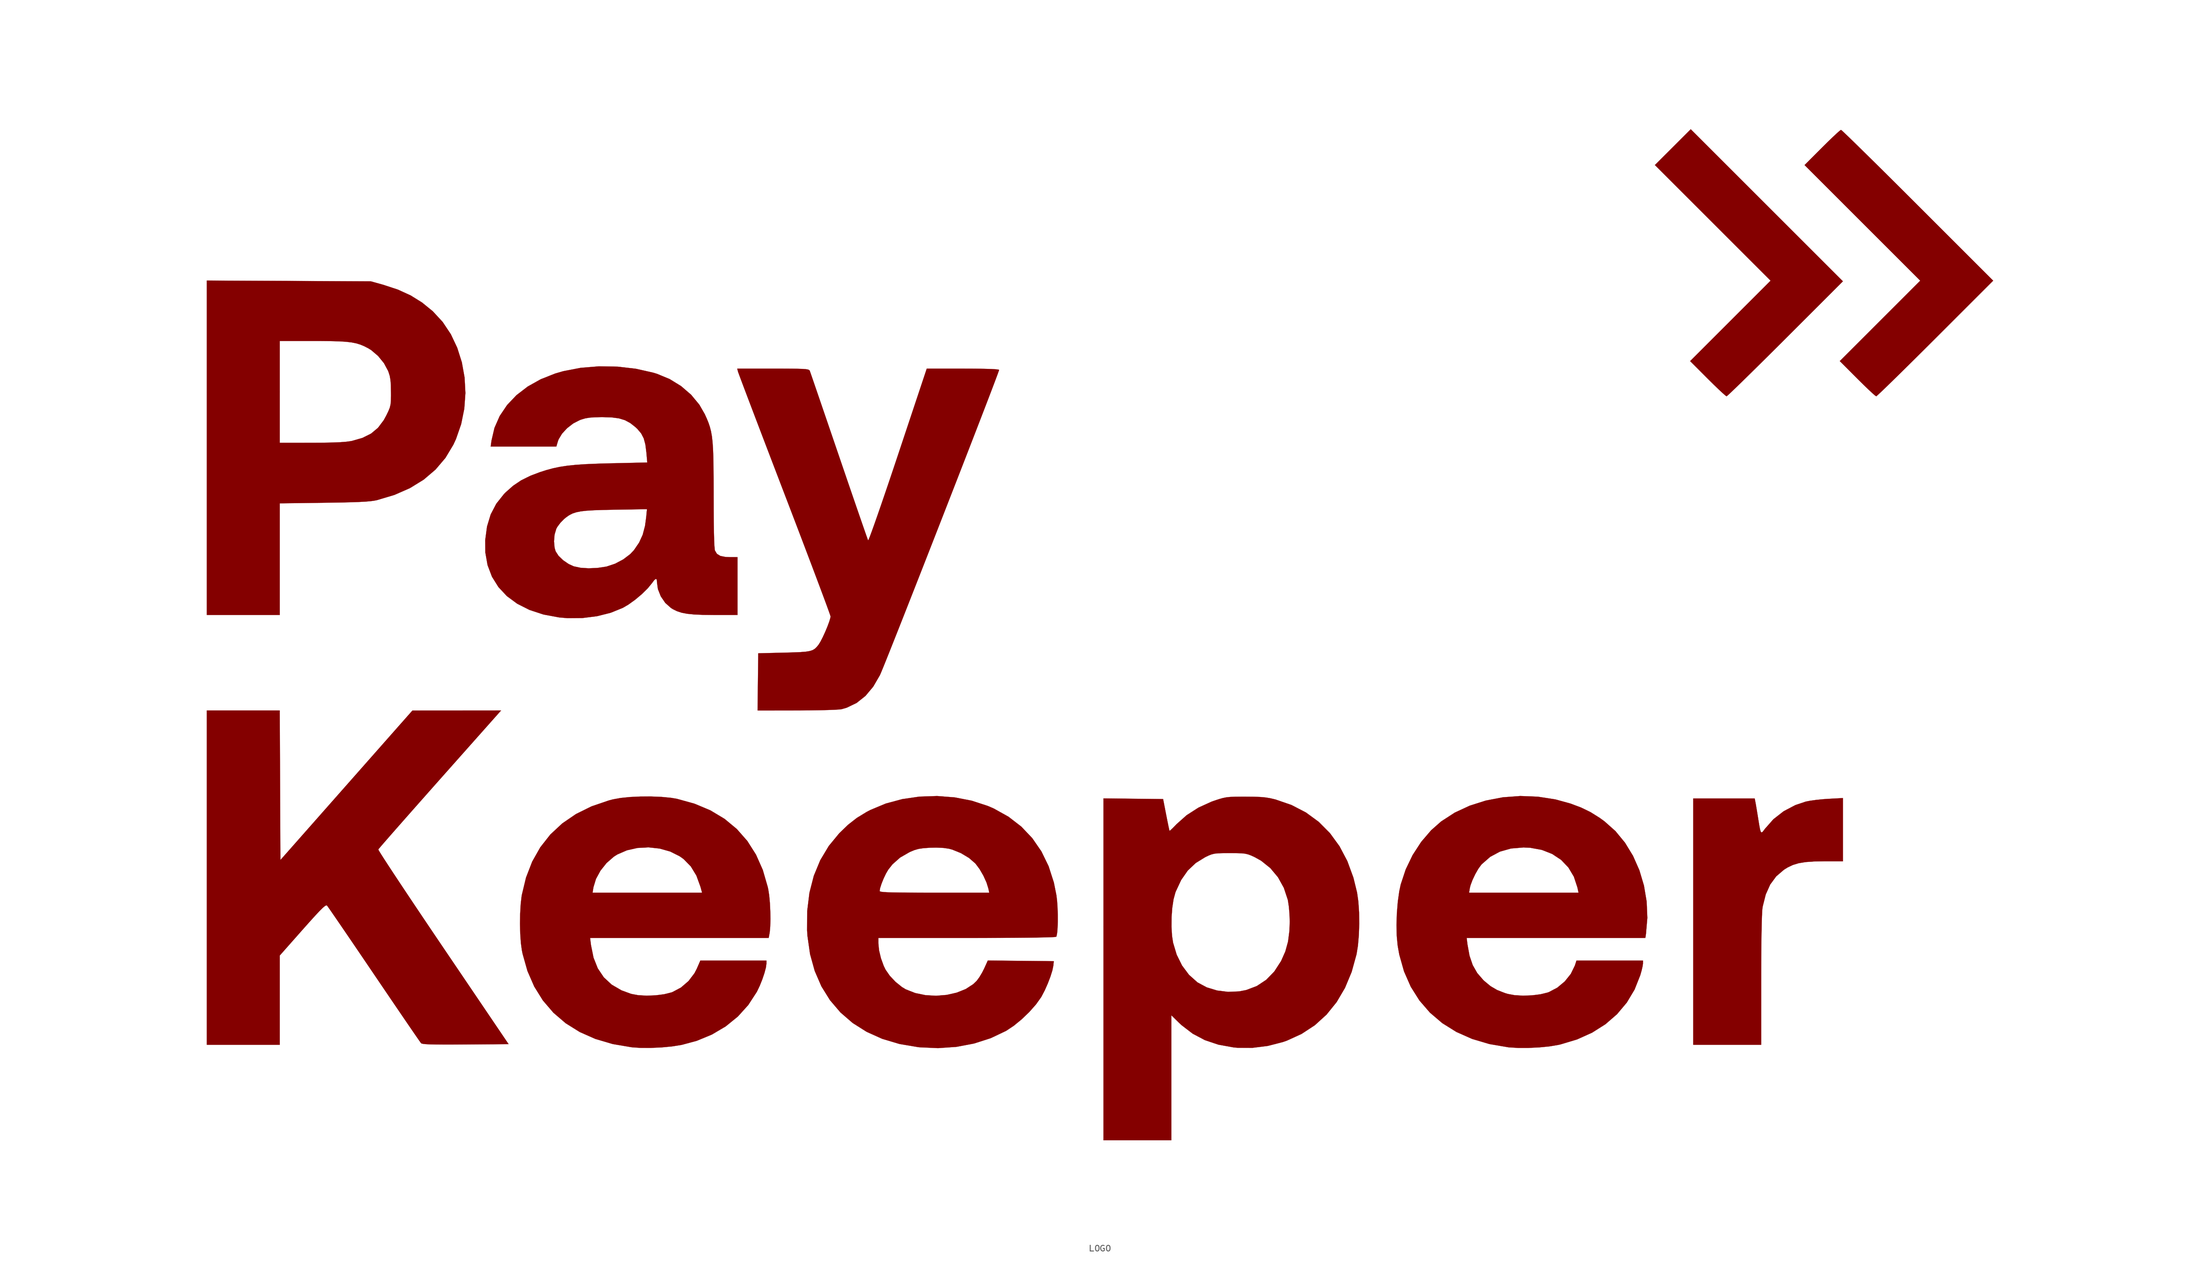
<source format=kicad_sym>
(kicad_symbol_lib
  (version 20220914)
  (generator "bitmap2component")
  (generator_version "8.0")
  (symbol "LOGO"
    (pin_names
      (offset 1.016))
    (property "Reference" "#G"
      (at 0 195.052 0)
      (effects (font (size 1.27 1.27)) hide))
    (symbol "LOGO_0_0"
      (polyline (pts (xy 20.928 -59.078) (xy 20.928 -50.185) (xy 21.957 -51.191) (xy 22.379 -51.588) (xy 23.953 -52.795) (xy 25.684 -53.714) (xy 27.607 -54.36) (xy 29.761 -54.751) (xy 30.314 -54.804) (xy 32.457 -54.815) (xy 34.654 -54.539) (xy 36.798 -53.986) (xy 37.34 -53.797) (xy 39.447 -52.836) (xy 41.336 -51.596) (xy 43.001 -50.085) (xy 44.433 -48.311) (xy 45.626 -46.282) (xy 46.573 -44.009) (xy 47.266 -41.499) (xy 47.464 -40.274) (xy 47.594 -38.77) (xy 47.649 -37.146) (xy 47.626 -35.519) (xy 47.525 -34.005) (xy 47.344 -32.721) (xy 46.822 -30.59) (xy 45.958 -28.233) (xy 44.843 -26.119) (xy 43.485 -24.256) (xy 41.891 -22.652) (xy 40.067 -21.315) (xy 38.02 -20.253) (xy 35.758 -19.473) (xy 35.632 -19.44) (xy 34.963 -19.283) (xy 34.305 -19.176) (xy 33.568 -19.11) (xy 32.657 -19.077) (xy 31.482 -19.067) (xy 30.907 -19.067) (xy 29.982 -19.076) (xy 29.282 -19.105) (xy 28.719 -19.166) (xy 28.205 -19.272) (xy 27.651 -19.432) (xy 26.969 -19.66) (xy 26.647 -19.775) (xy 24.782 -20.622) (xy 23.097 -21.705) (xy 21.667 -22.977) (xy 21.549 -23.101) (xy 21.114 -23.543) (xy 20.8 -23.841) (xy 20.667 -23.934) (xy 20.664 -23.928) (xy 20.607 -23.7) (xy 20.5 -23.198) (xy 20.356 -22.49) (xy 20.189 -21.644) (xy 19.754 -19.408) (xy 15.511 -19.36) (xy 11.269 -19.312) (xy 11.269 -37.564) (xy 20.942 -37.564) (xy 20.956 -36.201) (xy 21.058 -34.866) (xy 21.24 -33.668) (xy 21.5 -32.712) (xy 21.556 -32.565) (xy 22.323 -30.925) (xy 23.261 -29.582) (xy 24.394 -28.508) (xy 25.745 -27.674) (xy 25.755 -27.669) (xy 26.247 -27.435) (xy 26.657 -27.276) (xy 27.075 -27.177) (xy 27.586 -27.124) (xy 28.279 -27.103) (xy 29.242 -27.099) (xy 30.187 -27.103) (xy 30.89 -27.124) (xy 31.411 -27.177) (xy 31.84 -27.277) (xy 32.267 -27.437) (xy 32.78 -27.672) (xy 33.7 -28.186) (xy 35.003 -29.233) (xy 36.088 -30.531) (xy 36.925 -32.041) (xy 37.482 -33.723) (xy 37.513 -33.867) (xy 37.643 -34.735) (xy 37.731 -35.778) (xy 37.764 -36.848) (xy 37.724 -38.121) (xy 37.524 -39.69) (xy 37.137 -41.097) (xy 36.542 -42.441) (xy 36.526 -42.471) (xy 35.567 -43.949) (xy 34.417 -45.134) (xy 33.084 -46.016) (xy 31.578 -46.587) (xy 30.579 -46.781) (xy 28.996 -46.849) (xy 27.427 -46.654) (xy 25.962 -46.208) (xy 24.688 -45.525) (xy 24.608 -45.469) (xy 23.433 -44.418) (xy 22.448 -43.098) (xy 21.684 -41.556) (xy 21.17 -39.842) (xy 21.019 -38.849) (xy 20.942 -37.564) (xy 11.269 -37.564) (xy 11.269 -43.642) (xy 11.269 -67.972) (xy 16.099 -67.972) (xy 20.928 -67.972) (xy 20.928 -59.078)) (stroke (width 0.01) (type default)) (fill (type outline)))
      (polyline (pts (xy -51.592 -54.754) (xy -50.068 -54.608) (xy -48.739 -54.396) (xy -46.599 -53.822) (xy -44.429 -52.925) (xy -42.467 -51.766) (xy -40.734 -50.359) (xy -39.253 -48.72) (xy -38.046 -46.865) (xy -38.011 -46.8) (xy -37.62 -45.982) (xy -37.256 -45.073) (xy -36.953 -44.175) (xy -36.746 -43.391) (xy -36.669 -42.821) (xy -36.669 -42.393) (xy -41.369 -42.393) (xy -46.07 -42.393) (xy -46.576 -43.555) (xy -46.907 -44.196) (xy -47.757 -45.312) (xy -48.828 -46.231) (xy -50.04 -46.877) (xy -50.19 -46.93) (xy -51.221 -47.187) (xy -52.439 -47.342) (xy -53.713 -47.389) (xy -54.912 -47.324) (xy -55.906 -47.138) (xy -57.285 -46.632) (xy -58.675 -45.824) (xy -59.797 -44.785) (xy -60.657 -43.507) (xy -61.264 -41.98) (xy -61.625 -40.195) (xy -61.752 -39.173) (xy -49.052 -39.173) (xy -36.351 -39.173) (xy -36.227 -38.512) (xy -36.198 -38.335) (xy -36.128 -37.517) (xy -36.103 -36.481) (xy -36.122 -35.334) (xy -36.18 -34.181) (xy -36.275 -33.13) (xy -36.404 -32.287) (xy -36.482 -31.923) (xy -37.184 -29.5) (xy -38.153 -27.316) (xy -39.385 -25.373) (xy -40.878 -23.674) (xy -42.628 -22.221) (xy -44.634 -21.018) (xy -46.893 -20.067) (xy -49.401 -19.371) (xy -50.239 -19.229) (xy -51.571 -19.1) (xy -53.058 -19.039) (xy -54.599 -19.045) (xy -56.092 -19.117) (xy -57.435 -19.254) (xy -58.529 -19.456) (xy -59.088 -19.603) (xy -61.551 -20.444) (xy -63.762 -21.537) (xy -65.716 -22.875) (xy -67.409 -24.453) (xy -68.835 -26.268) (xy -69.99 -28.312) (xy -70.868 -30.581) (xy -71.385 -32.734) (xy -61.399 -32.734) (xy -61.282 -32.004) (xy -61.275 -31.96) (xy -60.916 -30.776) (xy -60.274 -29.596) (xy -59.41 -28.511) (xy -58.383 -27.613) (xy -57.875 -27.29) (xy -56.519 -26.7) (xy -55.015 -26.363) (xy -53.437 -26.28) (xy -51.858 -26.451) (xy -50.353 -26.876) (xy -48.996 -27.557) (xy -48.449 -27.95) (xy -47.428 -28.992) (xy -46.633 -30.299) (xy -46.056 -31.884) (xy -45.824 -32.734) (xy -53.612 -32.734) (xy -61.399 -32.734) (xy -71.385 -32.734) (xy -71.466 -33.07) (xy -71.488 -33.203) (xy -71.621 -34.348) (xy -71.698 -35.698) (xy -71.721 -37.141) (xy -71.688 -38.567) (xy -71.6 -39.863) (xy -71.458 -40.917) (xy -71.352 -41.439) (xy -70.663 -43.878) (xy -69.699 -46.091) (xy -68.468 -48.071) (xy -66.975 -49.813) (xy -65.229 -51.311) (xy -63.236 -52.557) (xy -61.002 -53.547) (xy -58.535 -54.275) (xy -55.841 -54.733) (xy -54.671 -54.816) (xy -53.172 -54.825) (xy -51.592 -54.754)) (stroke (width 0.01) (type default)) (fill (type outline)))
      (polyline (pts (xy -9.653 -54.675) (xy -7.138 -54.199) (xy -4.765 -53.438) (xy -2.582 -52.4) (xy -2.573 -52.395) (xy -1.496 -51.68) (xy -0.367 -50.756) (xy 0.719 -49.712) (xy 1.67 -48.639) (xy 2.391 -47.627) (xy 2.472 -47.489) (xy 2.921 -46.629) (xy 3.353 -45.654) (xy 3.728 -44.672) (xy 4.005 -43.787) (xy 4.142 -43.105) (xy 4.204 -42.482) (xy -0.489 -42.435) (xy -5.181 -42.387) (xy -5.692 -43.513) (xy -5.98 -44.086) (xy -6.384 -44.763) (xy -6.756 -45.27) (xy -7.246 -45.745) (xy -8.319 -46.444) (xy -9.602 -46.958) (xy -11.028 -47.281) (xy -12.533 -47.404) (xy -14.047 -47.318) (xy -15.507 -47.017) (xy -16.845 -46.491) (xy -17.389 -46.164) (xy -18.297 -45.432) (xy -19.119 -44.563) (xy -19.729 -43.681) (xy -19.986 -43.151) (xy -20.381 -42.062) (xy -20.65 -40.938) (xy -20.749 -39.941) (xy -20.749 -39.173) (xy -8.149 -39.173) (xy -7.892 -39.173) (xy -5.494 -39.17) (xy -3.307 -39.163) (xy -1.349 -39.151) (xy 0.361 -39.136) (xy 1.805 -39.116) (xy 2.965 -39.093) (xy 3.822 -39.067) (xy 4.358 -39.038) (xy 4.554 -39.006) (xy 4.594 -38.916) (xy 4.683 -38.455) (xy 4.742 -37.743) (xy 4.771 -36.857) (xy 4.77 -35.874) (xy 4.738 -34.871) (xy 4.675 -33.926) (xy 4.581 -33.115) (xy 4.215 -31.285) (xy 3.468 -28.963) (xy 2.444 -26.858) (xy 1.147 -24.976) (xy -0.417 -23.327) (xy -2.242 -21.918) (xy -4.321 -20.758) (xy -5.183 -20.384) (xy -7.476 -19.637) (xy -9.9 -19.167) (xy -12.395 -18.974) (xy -14.9 -19.057) (xy -17.356 -19.415) (xy -19.701 -20.047) (xy -21.875 -20.954) (xy -22.433 -21.246) (xy -23.812 -22.089) (xy -25.063 -23.067) (xy -26.316 -24.277) (xy -27.8 -26.08) (xy -29.015 -28.109) (xy -29.933 -30.331) (xy -30.489 -32.493) (xy -20.57 -32.493) (xy -20.499 -32.077) (xy -20.293 -31.439) (xy -20.001 -30.714) (xy -19.667 -30.014) (xy -19.34 -29.455) (xy -18.74 -28.695) (xy -17.657 -27.733) (xy -16.306 -26.955) (xy -16.267 -26.937) (xy -15.628 -26.669) (xy -15.027 -26.498) (xy -14.332 -26.395) (xy -13.412 -26.332) (xy -12.511 -26.314) (xy -11.494 -26.358) (xy -10.709 -26.472) (xy -10.23 -26.603) (xy -9.001 -27.103) (xy -7.868 -27.782) (xy -6.96 -28.568) (xy -6.924 -28.608) (xy -6.356 -29.368) (xy -5.811 -30.309) (xy -5.367 -31.285) (xy -5.098 -32.152) (xy -4.98 -32.734) (xy -12.775 -32.734) (xy -13.133 -32.734) (xy -14.995 -32.731) (xy -16.532 -32.725) (xy -17.772 -32.714) (xy -18.745 -32.697) (xy -19.477 -32.673) (xy -19.998 -32.642) (xy -20.335 -32.602) (xy -20.516 -32.553) (xy -20.57 -32.493) (xy -30.489 -32.493) (xy -30.552 -32.74) (xy -30.87 -35.332) (xy -30.886 -38.1) (xy -30.835 -38.882) (xy -30.466 -41.476) (xy -29.802 -43.872) (xy -28.854 -46.062) (xy -27.63 -48.033) (xy -26.142 -49.777) (xy -24.399 -51.283) (xy -22.41 -52.54) (xy -20.186 -53.538) (xy -17.737 -54.268) (xy -15.072 -54.717) (xy -14.919 -54.734) (xy -12.263 -54.856) (xy -9.653 -54.675)) (stroke (width 0.01) (type default)) (fill (type outline)))
      (polyline (pts (xy 71.736 -54.825) (xy 73.279 -54.749) (xy 74.737 -54.604) (xy 75.977 -54.395) (xy 76.272 -54.328) (xy 78.631 -53.62) (xy 80.769 -52.658) (xy 82.672 -51.453) (xy 84.324 -50.02) (xy 85.71 -48.371) (xy 86.817 -46.519) (xy 87.627 -44.476) (xy 87.627 -44.476) (xy 87.818 -43.799) (xy 87.954 -43.205) (xy 88.006 -42.821) (xy 88.006 -42.393) (xy 83.279 -42.393) (xy 78.553 -42.393) (xy 78.333 -43.064) (xy 78.316 -43.114) (xy 77.74 -44.293) (xy 76.883 -45.363) (xy 75.817 -46.252) (xy 74.616 -46.883) (xy 74.447 -46.944) (xy 73.422 -47.194) (xy 72.211 -47.344) (xy 70.945 -47.389) (xy 69.754 -47.322) (xy 68.768 -47.138) (xy 68.394 -47.024) (xy 67.273 -46.589) (xy 66.331 -46.037) (xy 65.427 -45.289) (xy 65.308 -45.176) (xy 64.437 -44.17) (xy 63.791 -43.036) (xy 63.339 -41.707) (xy 63.048 -40.112) (xy 62.93 -39.173) (xy 75.638 -39.173) (xy 88.347 -39.173) (xy 88.435 -38.592) (xy 88.63 -36.313) (xy 88.532 -33.994) (xy 88.15 -31.722) (xy 87.5 -29.54) (xy 86.596 -27.492) (xy 85.455 -25.619) (xy 84.093 -23.964) (xy 82.525 -22.57) (xy 81.827 -22.066) (xy 80.546 -21.264) (xy 79.213 -20.615) (xy 77.676 -20.039) (xy 75.543 -19.454) (xy 73.061 -19.069) (xy 70.555 -18.972) (xy 68.071 -19.157) (xy 65.657 -19.619) (xy 63.359 -20.349) (xy 61.223 -21.343) (xy 59.297 -22.593) (xy 57.878 -23.846) (xy 56.461 -25.5) (xy 55.242 -27.378) (xy 54.259 -29.421) (xy 53.548 -31.571) (xy 53.343 -32.538) (xy 53.316 -32.734) (xy 63.274 -32.734) (xy 63.382 -32.067) (xy 63.478 -31.679) (xy 63.762 -30.922) (xy 64.154 -30.097) (xy 64.587 -29.335) (xy 64.999 -28.77) (xy 65.09 -28.669) (xy 66.284 -27.626) (xy 67.666 -26.885) (xy 69.24 -26.442) (xy 71.013 -26.294) (xy 71.957 -26.336) (xy 73.619 -26.639) (xy 75.095 -27.22) (xy 76.363 -28.061) (xy 77.398 -29.145) (xy 78.178 -30.455) (xy 78.679 -31.974) (xy 78.845 -32.734) (xy 71.06 -32.734) (xy 63.274 -32.734) (xy 53.316 -32.734) (xy 53.135 -34.032) (xy 53.003 -35.669) (xy 52.952 -37.333) (xy 52.988 -38.906) (xy 53.118 -40.268) (xy 53.346 -41.548) (xy 54.02 -43.937) (xy 54.977 -46.115) (xy 56.21 -48.074) (xy 57.707 -49.805) (xy 59.46 -51.299) (xy 61.459 -52.548) (xy 63.693 -53.543) (xy 66.155 -54.274) (xy 68.833 -54.733) (xy 68.931 -54.744) (xy 70.242 -54.826) (xy 71.736 -54.825)) (stroke (width 0.01) (type default)) (fill (type outline)))
      (polyline (pts (xy -105.893 -48.025) (xy -105.893 -41.672) (xy -102.645 -37.998) (xy -102.498 -37.832) (xy -101.534 -36.75) (xy -100.774 -35.913) (xy -100.194 -35.297) (xy -99.768 -34.877) (xy -99.472 -34.63) (xy -99.283 -34.532) (xy -99.175 -34.557) (xy -99.154 -34.584) (xy -98.959 -34.856) (xy -98.587 -35.391) (xy -98.055 -36.164) (xy -97.38 -37.149) (xy -96.581 -38.32) (xy -95.673 -39.652) (xy -94.676 -41.12) (xy -93.606 -42.698) (xy -92.48 -44.361) (xy -92.126 -44.884) (xy -91.016 -46.522) (xy -89.967 -48.068) (xy -88.996 -49.496) (xy -88.121 -50.781) (xy -87.359 -51.896) (xy -86.728 -52.816) (xy -86.244 -53.517) (xy -85.926 -53.972) (xy -85.79 -54.156) (xy -85.743 -54.188) (xy -85.531 -54.244) (xy -85.139 -54.288) (xy -84.539 -54.319) (xy -83.701 -54.338) (xy -82.595 -54.347) (xy -81.191 -54.346) (xy -79.459 -54.335) (xy -73.344 -54.288) (xy -82.651 -40.532) (xy -82.907 -40.153) (xy -84.244 -38.173) (xy -85.518 -36.279) (xy -86.716 -34.492) (xy -87.823 -32.834) (xy -88.826 -31.325) (xy -89.711 -29.986) (xy -90.464 -28.839) (xy -91.071 -27.904) (xy -91.519 -27.201) (xy -91.793 -26.753) (xy -91.88 -26.58) (xy -91.768 -26.438) (xy -91.436 -26.047) (xy -90.903 -25.431) (xy -90.187 -24.61) (xy -89.307 -23.606) (xy -88.281 -22.44) (xy -87.13 -21.134) (xy -85.871 -19.71) (xy -84.524 -18.188) (xy -83.108 -16.59) (xy -74.414 -6.797) (xy -80.718 -6.8) (xy -87.022 -6.802) (xy -96.413 -17.443) (xy -105.803 -28.083) (xy -105.85 -17.44) (xy -105.896 -6.797) (xy -111.082 -6.797) (xy -116.268 -6.797) (xy -116.268 -30.587) (xy -116.268 -54.377) (xy -111.08 -54.377) (xy -105.893 -54.377) (xy -105.893 -48.025)) (stroke (width 0.01) (type default)) (fill (type outline)))
      (polyline (pts (xy 104.821 -45.21) (xy 104.823 -43.913) (xy 104.831 -41.925) (xy 104.847 -40.122) (xy 104.868 -38.534) (xy 104.896 -37.188) (xy 104.929 -36.114) (xy 104.966 -35.341) (xy 105.008 -34.896) (xy 105.046 -34.677) (xy 105.472 -32.987) (xy 106.106 -31.571) (xy 106.961 -30.408) (xy 108.049 -29.474) (xy 108.571 -29.146) (xy 109.316 -28.789) (xy 110.144 -28.537) (xy 111.121 -28.375) (xy 112.318 -28.288) (xy 113.801 -28.262) (xy 116.447 -28.262) (xy 116.447 -23.763) (xy 116.447 -19.263) (xy 114.345 -19.377) (xy 113.627 -19.427) (xy 112.661 -19.524) (xy 111.8 -19.642) (xy 111.17 -19.765) (xy 109.677 -20.265) (xy 108.018 -21.139) (xy 106.559 -22.278) (xy 105.348 -23.651) (xy 105.223 -23.824) (xy 105.019 -24.079) (xy 104.872 -24.166) (xy 104.757 -24.047) (xy 104.652 -23.686) (xy 104.535 -23.047) (xy 104.381 -22.091) (xy 104.304 -21.612) (xy 104.176 -20.831) (xy 104.068 -20.196) (xy 103.997 -19.81) (xy 103.897 -19.318) (xy 99.529 -19.318) (xy 95.16 -19.318) (xy 95.16 -36.848) (xy 95.16 -54.377) (xy 99.99 -54.377) (xy 104.82 -54.377) (xy 104.821 -45.21)) (stroke (width 0.01) (type default)) (fill (type outline)))
      (polyline (pts (xy -32.335 -6.793) (xy -31.765 -6.791) (xy -30.373 -6.78) (xy -29.084 -6.76) (xy -27.948 -6.731) (xy -27.017 -6.696) (xy -26.342 -6.656) (xy -25.974 -6.611) (xy -25.244 -6.401) (xy -23.839 -5.723) (xy -22.581 -4.723) (xy -21.477 -3.405) (xy -20.53 -1.773) (xy -20.509 -1.728) (xy -20.338 -1.329) (xy -20.053 -0.636) (xy -19.664 0.326) (xy -19.18 1.534) (xy -18.612 2.964) (xy -17.967 4.591) (xy -17.256 6.392) (xy -16.489 8.341) (xy -15.673 10.416) (xy -14.819 12.592) (xy -13.937 14.844) (xy -13.035 17.15) (xy -12.123 19.484) (xy -11.211 21.823) (xy -10.308 24.142) (xy -9.422 26.417) (xy -8.565 28.625) (xy -7.744 30.741) (xy -6.97 32.741) (xy -6.252 34.601) (xy -5.599 36.297) (xy -5.02 37.805) (xy -4.526 39.1) (xy -4.125 40.159) (xy -3.827 40.957) (xy -3.642 41.471) (xy -3.578 41.676) (xy -3.622 41.706) (xy -3.975 41.76) (xy -4.67 41.801) (xy -5.7 41.832) (xy -7.053 41.85) (xy -8.722 41.856) (xy -13.866 41.856) (xy -17.975 29.52) (xy -18.593 27.67) (xy -19.236 25.761) (xy -19.84 23.983) (xy -20.395 22.362) (xy -20.894 20.925) (xy -21.325 19.697) (xy -21.681 18.705) (xy -21.952 17.974) (xy -22.13 17.531) (xy -22.204 17.402) (xy -22.244 17.504) (xy -22.394 17.921) (xy -22.643 18.629) (xy -22.981 19.602) (xy -23.399 20.811) (xy -23.888 22.228) (xy -24.437 23.826) (xy -25.038 25.576) (xy -25.679 27.452) (xy -26.353 29.425) (xy -26.811 30.765) (xy -27.465 32.68) (xy -28.08 34.481) (xy -28.648 36.14) (xy -29.157 37.63) (xy -29.6 38.921) (xy -29.965 39.986) (xy -30.244 40.797) (xy -30.427 41.325) (xy -30.504 41.543) (xy -30.526 41.588) (xy -30.61 41.67) (xy -30.777 41.734) (xy -31.067 41.781) (xy -31.518 41.815) (xy -32.17 41.836) (xy -33.062 41.849) (xy -34.234 41.855) (xy -35.724 41.856) (xy -40.822 41.856) (xy -40.715 41.432) (xy -40.673 41.308) (xy -40.51 40.862) (xy -40.234 40.122) (xy -39.853 39.11) (xy -39.376 37.848) (xy -38.811 36.36) (xy -38.168 34.669) (xy -37.455 32.797) (xy -36.681 30.767) (xy -35.854 28.603) (xy -34.983 26.326) (xy -34.078 23.96) (xy -33.427 22.26) (xy -32.548 19.96) (xy -31.713 17.767) (xy -30.93 15.703) (xy -30.206 13.792) (xy -29.552 12.055) (xy -28.975 10.517) (xy -28.483 9.199) (xy -28.086 8.124) (xy -27.792 7.314) (xy -27.609 6.794) (xy -27.547 6.584) (xy -27.574 6.391) (xy -27.729 5.866) (xy -27.986 5.171) (xy -28.306 4.401) (xy -28.65 3.65) (xy -28.977 3.01) (xy -29.247 2.576) (xy -29.513 2.245) (xy -29.778 1.988) (xy -30.09 1.798) (xy -30.5 1.663) (xy -31.061 1.571) (xy -31.824 1.509) (xy -32.842 1.467) (xy -34.165 1.431) (xy -37.832 1.342) (xy -37.88 -2.728) (xy -37.928 -6.797) (xy -32.335 -6.793)) (stroke (width 0.01) (type default)) (fill (type outline)))
      (polyline (pts (xy -62.852 6.36) (xy -60.78 6.619) (xy -58.833 7.106) (xy -57.095 7.809) (xy -56.312 8.267) (xy -55.338 8.967) (xy -54.383 9.771) (xy -53.548 10.592) (xy -52.934 11.345) (xy -52.634 11.75) (xy -52.394 11.947) (xy -52.268 11.825) (xy -52.231 11.385) (xy -52.108 10.486) (xy -51.699 9.449) (xy -51.059 8.514) (xy -50.25 7.793) (xy -49.974 7.621) (xy -49.387 7.332) (xy -48.72 7.115) (xy -47.918 6.963) (xy -46.924 6.865) (xy -45.685 6.813) (xy -44.144 6.797) (xy -40.783 6.797) (xy -40.783 10.911) (xy -40.783 15.025) (xy -41.848 15.025) (xy -42.484 15.05) (xy -43.225 15.198) (xy -43.711 15.497) (xy -43.994 15.971) (xy -44.021 16.096) (xy -44.068 16.605) (xy -44.108 17.447) (xy -44.14 18.605) (xy -44.163 20.066) (xy -44.177 21.811) (xy -44.182 23.824) (xy -44.182 24.374) (xy -44.186 26.328) (xy -44.2 27.973) (xy -44.227 29.349) (xy -44.272 30.496) (xy -44.338 31.452) (xy -44.432 32.256) (xy -44.556 32.949) (xy -44.715 33.57) (xy -44.913 34.157) (xy -45.155 34.75) (xy -45.444 35.388) (xy -46.217 36.733) (xy -47.385 38.144) (xy -48.808 39.371) (xy -50.438 40.375) (xy -52.231 41.117) (xy -52.803 41.291) (xy -55.256 41.842) (xy -57.851 42.141) (xy -60.495 42.185) (xy -63.095 41.972) (xy -65.558 41.498) (xy -66.72 41.161) (xy -68.785 40.342) (xy -70.627 39.309) (xy -72.225 38.081) (xy -73.558 36.678) (xy -74.608 35.12) (xy -75.354 33.426) (xy -75.776 31.616) (xy -75.891 30.766) (xy -71.223 30.766) (xy -66.555 30.766) (xy -66.328 31.526) (xy -66.232 31.788) (xy -65.746 32.596) (xy -65.027 33.377) (xy -64.16 34.05) (xy -63.232 34.53) (xy -63.013 34.611) (xy -62.452 34.777) (xy -61.85 34.88) (xy -61.102 34.935) (xy -60.101 34.956) (xy -60.014 34.956) (xy -58.703 34.919) (xy -57.657 34.782) (xy -56.794 34.521) (xy -56.035 34.11) (xy -55.297 33.528) (xy -55.029 33.274) (xy -54.49 32.637) (xy -54.124 31.932) (xy -53.89 31.063) (xy -53.746 29.935) (xy -53.621 28.498) (xy -58.695 28.385) (xy -58.796 28.383) (xy -60.736 28.329) (xy -62.374 28.259) (xy -63.766 28.166) (xy -64.964 28.043) (xy -66.023 27.883) (xy -66.996 27.681) (xy -67.938 27.428) (xy -68.903 27.119) (xy -70.235 26.614) (xy -71.556 25.961) (xy -72.703 25.188) (xy -73.776 24.237) (xy -74.01 23.997) (xy -75.099 22.625) (xy -75.895 21.098) (xy -76.414 19.381) (xy -76.671 17.44) (xy -76.669 17.277) (xy -66.885 17.277) (xy -66.804 18.232) (xy -66.561 19.06) (xy -66.402 19.347) (xy -65.966 19.931) (xy -65.455 20.45) (xy -65.141 20.708) (xy -64.715 21.004) (xy -64.259 21.237) (xy -63.726 21.415) (xy -63.07 21.546) (xy -62.242 21.639) (xy -61.198 21.703) (xy -59.889 21.747) (xy -58.269 21.779) (xy -53.664 21.854) (xy -53.771 20.72) (xy -53.938 19.479) (xy -54.271 18.212) (xy -54.782 17.096) (xy -55.512 16.026) (xy -56.04 15.462) (xy -57.035 14.707) (xy -58.189 14.095) (xy -59.385 13.696) (xy -59.505 13.67) (xy -60.718 13.49) (xy -61.967 13.438) (xy -63.128 13.515) (xy -64.079 13.72) (xy -64.808 14.052) (xy -65.593 14.592) (xy -66.244 15.223) (xy -66.654 15.858) (xy -66.801 16.359) (xy -66.885 17.277) (xy -76.669 17.277) (xy -76.656 15.705) (xy -76.337 13.893) (xy -75.712 12.243) (xy -74.791 10.767) (xy -73.587 9.479) (xy -72.111 8.391) (xy -70.375 7.515) (xy -68.392 6.863) (xy -66.173 6.449) (xy -64.962 6.343) (xy -62.852 6.36)) (stroke (width 0.01) (type default)) (fill (type outline)))
      (polyline (pts (xy -105.893 14.741) (xy -105.893 22.686) (xy -99.588 22.769) (xy -98.784 22.78) (xy -97.104 22.808) (xy -95.728 22.841) (xy -94.618 22.881) (xy -93.737 22.928) (xy -93.047 22.985) (xy -92.509 23.054) (xy -92.086 23.137) (xy -92.077 23.139) (xy -89.591 23.882) (xy -87.368 24.857) (xy -85.415 26.062) (xy -83.733 27.495) (xy -82.325 29.154) (xy -81.197 31.035) (xy -80.823 31.846) (xy -80.089 33.964) (xy -79.646 36.157) (xy -79.487 38.384) (xy -79.606 40.6) (xy -79.995 42.763) (xy -80.65 44.83) (xy -81.561 46.758) (xy -82.725 48.505) (xy -84.132 50.028) (xy -85.655 51.268) (xy -87.285 52.282) (xy -89.098 53.109) (xy -91.174 53.791) (xy -92.925 54.279) (xy -104.596 54.337) (xy -116.268 54.394) (xy -116.268 38.547) (xy -105.893 38.547) (xy -105.893 45.792) (xy -101.101 45.792) (xy -100.176 45.79) (xy -98.68 45.776) (xy -97.466 45.743) (xy -96.484 45.684) (xy -95.685 45.591) (xy -95.019 45.46) (xy -94.436 45.282) (xy -93.887 45.053) (xy -93.323 44.764) (xy -92.886 44.494) (xy -91.909 43.661) (xy -91.075 42.636) (xy -90.484 41.535) (xy -90.43 41.395) (xy -90.255 40.842) (xy -90.147 40.253) (xy -90.09 39.521) (xy -90.072 38.538) (xy -90.07 37.985) (xy -90.084 37.268) (xy -90.136 36.738) (xy -90.249 36.287) (xy -90.442 35.808) (xy -90.739 35.194) (xy -91.105 34.522) (xy -91.919 33.438) (xy -92.911 32.609) (xy -94.131 31.999) (xy -95.628 31.57) (xy -95.786 31.539) (xy -96.424 31.451) (xy -97.263 31.386) (xy -98.342 31.341) (xy -99.7 31.315) (xy -101.376 31.306) (xy -105.893 31.303) (xy -105.893 38.547) (xy -116.268 38.547) (xy -116.268 30.596) (xy -116.268 6.797) (xy -111.08 6.797) (xy -105.893 6.797) (xy -105.893 14.741)) (stroke (width 0.01) (type default)) (fill (type outline)))
      (polyline (pts (xy 99.924 37.935) (xy 100.158 38.139) (xy 100.616 38.567) (xy 101.275 39.2) (xy 102.115 40.017) (xy 103.114 40.995) (xy 104.25 42.114) (xy 105.501 43.353) (xy 106.846 44.69) (xy 108.264 46.105) (xy 116.446 54.289) (xy 105.625 65.11) (xy 94.803 75.93) (xy 92.255 73.382) (xy 89.706 70.834) (xy 97.933 62.606) (xy 106.159 54.378) (xy 100.438 48.654) (xy 94.717 42.931) (xy 97.217 40.426) (xy 97.335 40.308) (xy 98.101 39.552) (xy 98.782 38.896) (xy 99.336 38.38) (xy 99.722 38.042) (xy 99.899 37.921) (xy 99.924 37.935)) (stroke (width 0.01) (type default)) (fill (type outline)))
      (polyline (pts (xy 121.213 37.937) (xy 121.453 38.147) (xy 121.916 38.581) (xy 122.581 39.219) (xy 123.425 40.04) (xy 124.428 41.023) (xy 125.568 42.146) (xy 126.823 43.389) (xy 128.172 44.73) (xy 129.594 46.149) (xy 137.821 54.378) (xy 127.089 65.11) (xy 125.956 66.242) (xy 124.376 67.817) (xy 122.88 69.305) (xy 121.487 70.687) (xy 120.214 71.944) (xy 119.082 73.058) (xy 118.108 74.011) (xy 117.312 74.785) (xy 116.712 75.36) (xy 116.328 75.719) (xy 116.176 75.842) (xy 116.165 75.84) (xy 115.955 75.684) (xy 115.541 75.317) (xy 114.966 74.778) (xy 114.27 74.105) (xy 113.494 73.337) (xy 110.994 70.832) (xy 119.22 62.605) (xy 127.445 54.378) (xy 121.724 48.654) (xy 116.003 42.931) (xy 118.503 40.426) (xy 118.621 40.308) (xy 119.387 39.552) (xy 120.068 38.896) (xy 120.622 38.38) (xy 121.008 38.042) (xy 121.185 37.921) (xy 121.213 37.937)) (stroke (width 0.01) (type default)) (fill (type outline))))))
</source>
